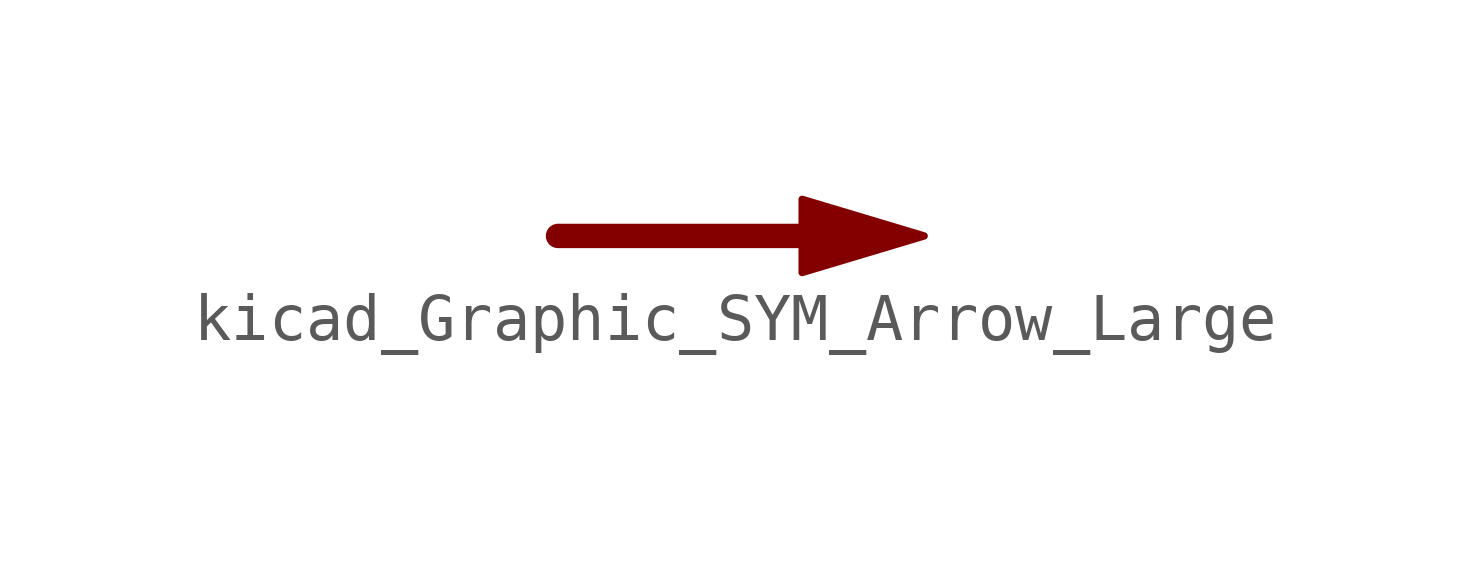
<source format=kicad_sym>
(kicad_symbol_lib
  (version 20220914)
  (generator kicad_symbol_editor)
  (symbol "kicad_Graphic_SYM_Arrow_Large"
    (property "Reference" "#SYM"
      (at 0 2.286 0)
      (effects (font (size 1.27 1.27)) hide))
    (symbol "kicad_Graphic_SYM_Arrow_Large_0_1"
      (polyline (pts (xy 2.54 0) (xy -3.81 0)) (stroke (width 0.508) (type default)) (fill (type none)))
      (polyline (pts (xy 3.81 0) (xy 1.27 -0.762) (xy 1.27 0.762) (xy 3.81 0)) (stroke (width 0) (type default)) (fill (type outline))))))
</source>
